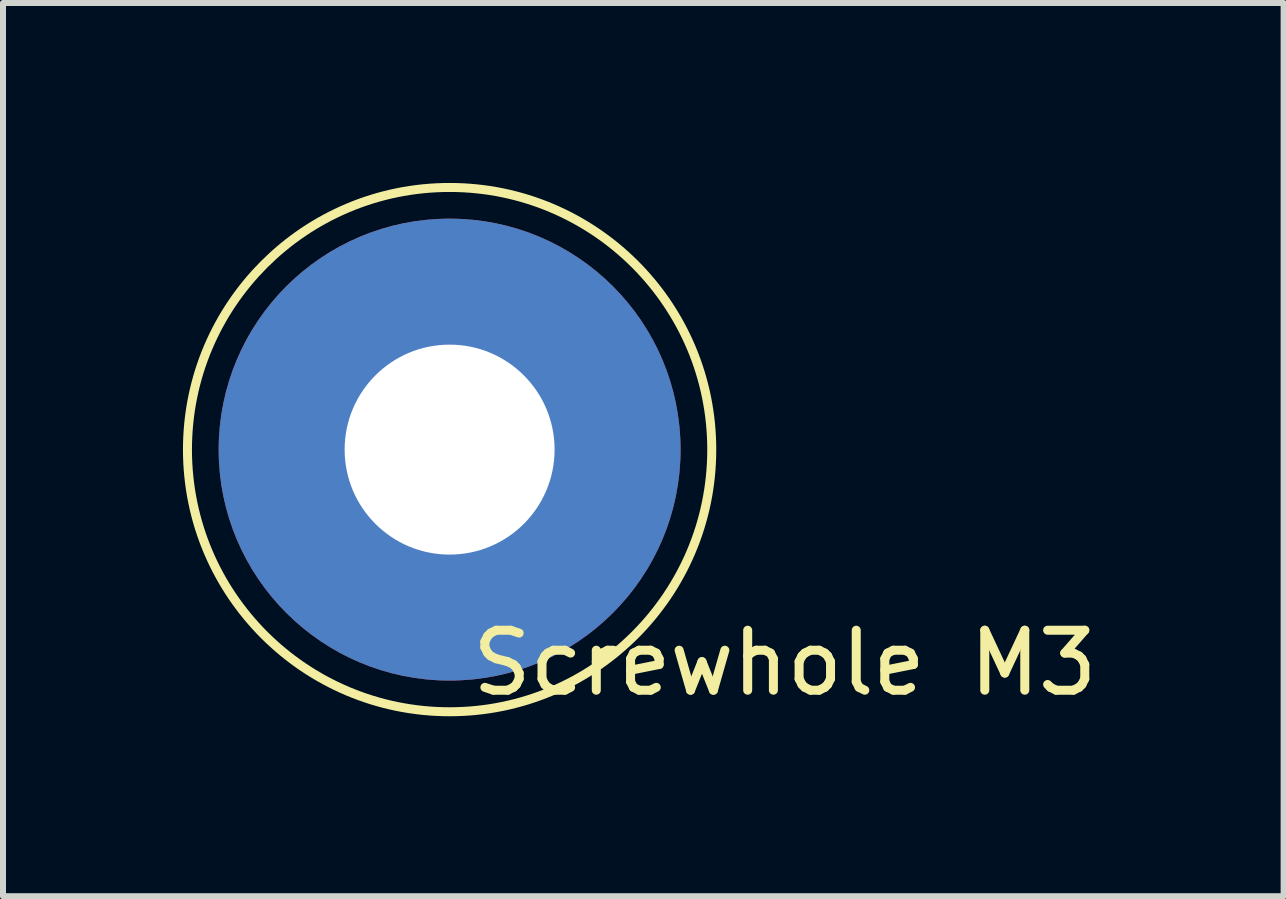
<source format=kicad_pcb>
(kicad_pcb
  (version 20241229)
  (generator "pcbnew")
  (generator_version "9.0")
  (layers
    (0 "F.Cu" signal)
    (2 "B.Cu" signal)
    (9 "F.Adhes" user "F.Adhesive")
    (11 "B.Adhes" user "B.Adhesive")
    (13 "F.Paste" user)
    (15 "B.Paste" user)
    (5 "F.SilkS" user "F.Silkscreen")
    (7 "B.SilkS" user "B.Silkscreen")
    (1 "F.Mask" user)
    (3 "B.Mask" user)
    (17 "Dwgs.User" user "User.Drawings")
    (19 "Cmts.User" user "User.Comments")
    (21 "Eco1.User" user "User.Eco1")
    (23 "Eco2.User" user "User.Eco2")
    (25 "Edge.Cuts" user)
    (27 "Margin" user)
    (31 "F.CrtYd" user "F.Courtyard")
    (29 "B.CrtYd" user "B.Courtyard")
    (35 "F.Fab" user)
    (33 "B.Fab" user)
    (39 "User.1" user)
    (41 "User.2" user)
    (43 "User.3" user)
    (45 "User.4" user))
  (footprint "Screwhole M3"
    (layer "F.Cu")
    (at 4.445 4.445)
    (property "Reference" "Screwhole M3" (at 5.588 3.556 0) (layer "F.SilkS") (effects (font (size 1 1) (thickness 0.15))))
    (attr through_hole)
    (fp_circle (center 0 0) (end 3.556 2.54) (stroke (width 0.15) (type solid)) (fill no) (layer "F.SilkS"))
    (pad "" np_thru_hole circle (at 0 0) (size 7.7 7.7) (drill 3.5) (layers "*.Cu" "*.Mask")))
  (gr_rect
    (start -3 -3)
    (end 18.348 11.89)
    (stroke (width 0.1) (type default))
    (fill no)
    (layer "Edge.Cuts")))
</source>
